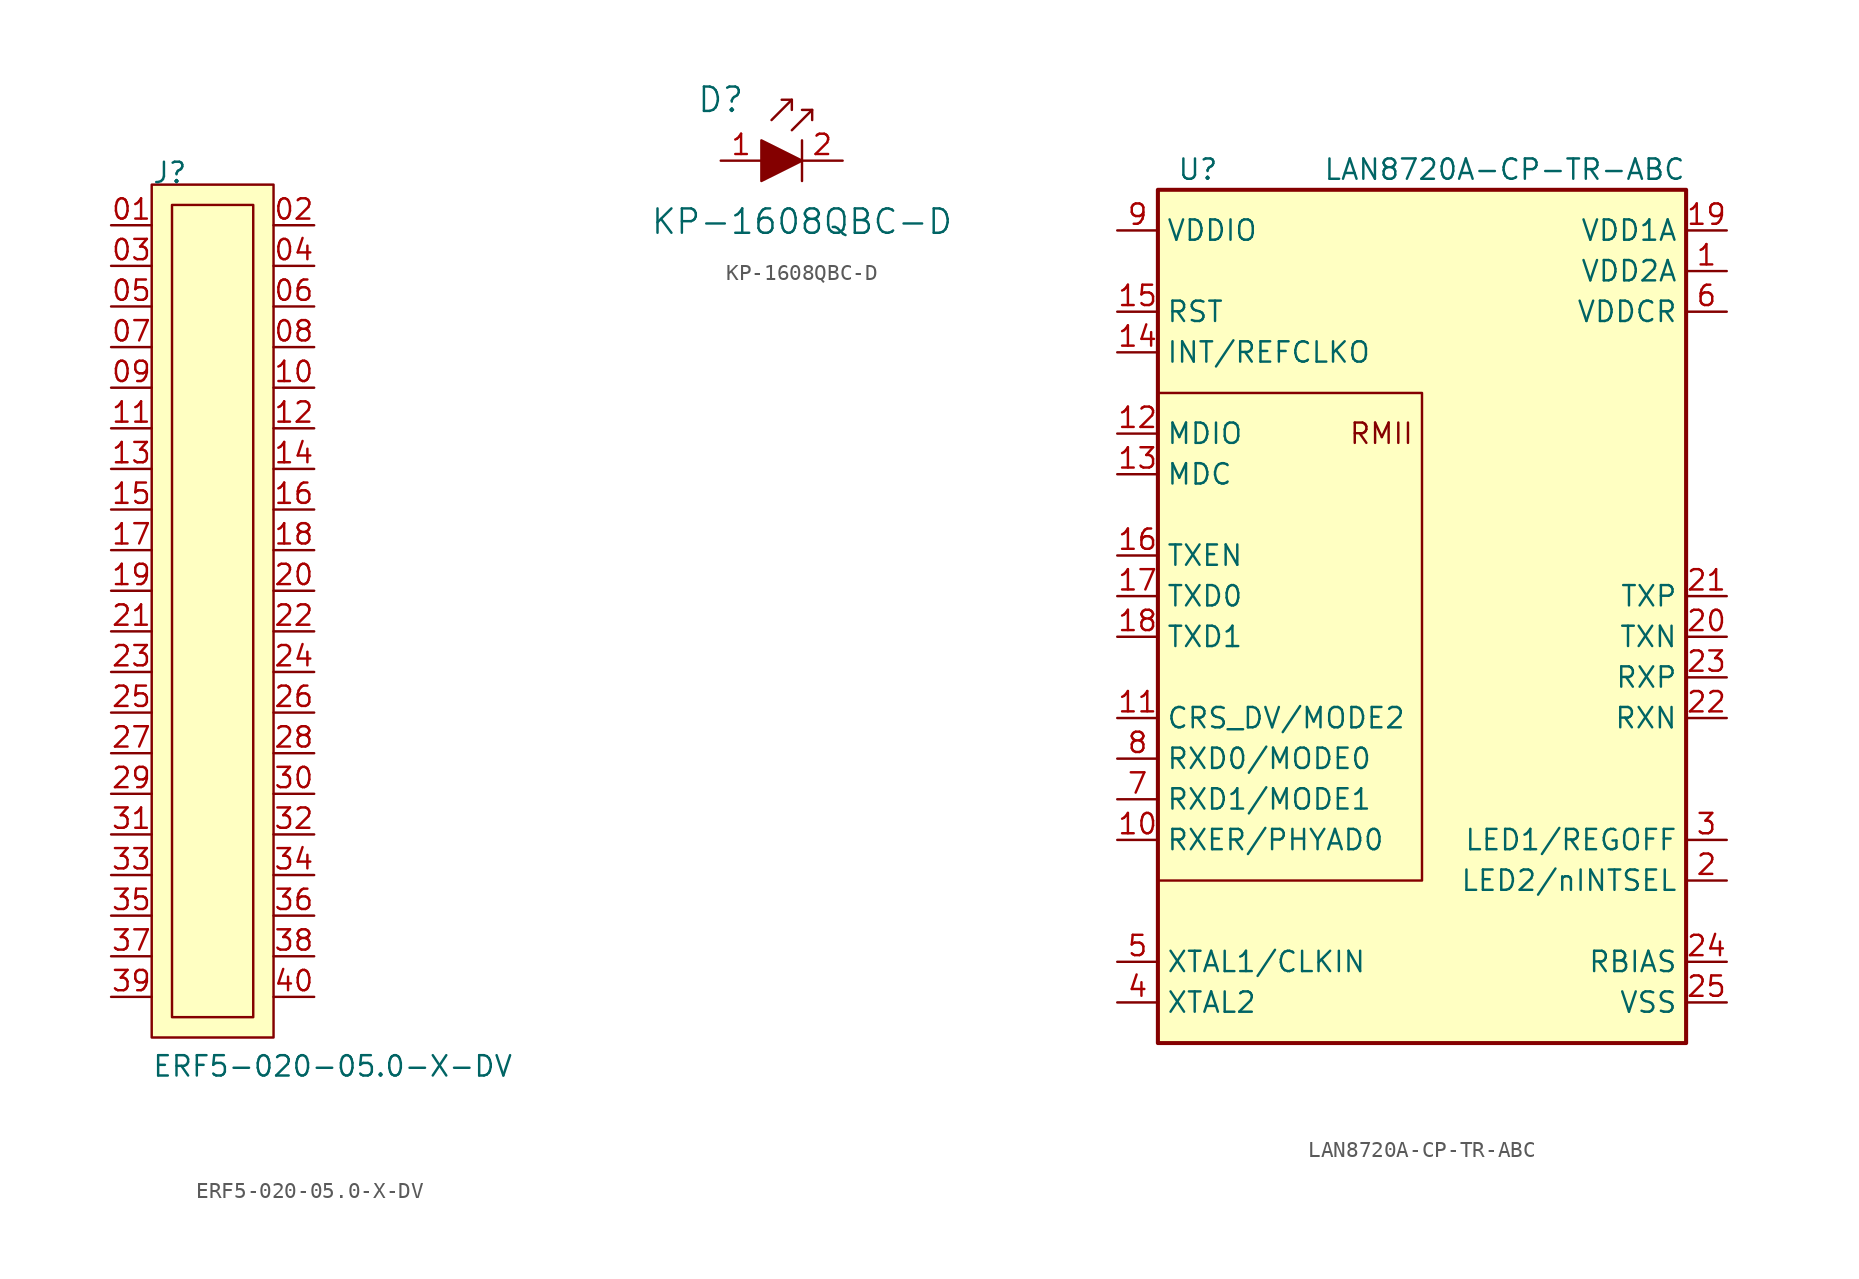
<source format=kicad_sym>
(kicad_symbol_lib
  (version 20211014)
  (generator kicad_symbol_editor)
  (symbol "ERF5-020-05.0-X-DV"
    (pin_names
      (offset 1.016))
    (property "Reference" "J"
      (at -3.81 26.67 0)
      (effects (font (size 1.27 1.27)) (justify left bottom)))
    (property "Value" "ERF5-020-05.0-X-DV"
      (at -3.81 -29.21 0)
      (effects (font (size 1.27 1.27)) (justify left bottom)))
    (symbol "ERF5-020-05.0-X-DV_1_1"
      (rectangle (start -3.81 26.67) (end 3.81 -26.67) (stroke (width 0) (type default) (color 0 0 0 0)) (fill (type background)))
      (rectangle (start -2.54 25.4) (end 2.54 -25.4) (stroke (width 0) (type default) (color 0 0 0 0)) (fill (type none)))
      (pin bidirectional line (at -6.35 24.13 0) (length 2.54) (name "~" (effects (font (size 1.27 1.27)))) (number "01" (effects (font (size 1.27 1.27)))))
      (pin bidirectional line (at 6.35 24.13 180) (length 2.54) (name "~" (effects (font (size 1.27 1.27)))) (number "02" (effects (font (size 1.27 1.27)))))
      (pin bidirectional line (at -6.35 21.59 0) (length 2.54) (name "~" (effects (font (size 1.27 1.27)))) (number "03" (effects (font (size 1.27 1.27)))))
      (pin bidirectional line (at 6.35 21.59 180) (length 2.54) (name "~" (effects (font (size 1.27 1.27)))) (number "04" (effects (font (size 1.27 1.27)))))
      (pin bidirectional line (at -6.35 19.05 0) (length 2.54) (name "~" (effects (font (size 1.27 1.27)))) (number "05" (effects (font (size 1.27 1.27)))))
      (pin bidirectional line (at 6.35 19.05 180) (length 2.54) (name "~" (effects (font (size 1.27 1.27)))) (number "06" (effects (font (size 1.27 1.27)))))
      (pin bidirectional line (at -6.35 16.51 0) (length 2.54) (name "~" (effects (font (size 1.27 1.27)))) (number "07" (effects (font (size 1.27 1.27)))))
      (pin bidirectional line (at 6.35 16.51 180) (length 2.54) (name "~" (effects (font (size 1.27 1.27)))) (number "08" (effects (font (size 1.27 1.27)))))
      (pin bidirectional line (at -6.35 13.97 0) (length 2.54) (name "~" (effects (font (size 1.27 1.27)))) (number "09" (effects (font (size 1.27 1.27)))))
      (pin bidirectional line (at 6.35 13.97 180) (length 2.54) (name "~" (effects (font (size 1.27 1.27)))) (number "10" (effects (font (size 1.27 1.27)))))
      (pin bidirectional line (at -6.35 11.43 0) (length 2.54) (name "~" (effects (font (size 1.27 1.27)))) (number "11" (effects (font (size 1.27 1.27)))))
      (pin bidirectional line (at 6.35 11.43 180) (length 2.54) (name "~" (effects (font (size 1.27 1.27)))) (number "12" (effects (font (size 1.27 1.27)))))
      (pin bidirectional line (at -6.35 8.89 0) (length 2.54) (name "~" (effects (font (size 1.27 1.27)))) (number "13" (effects (font (size 1.27 1.27)))))
      (pin bidirectional line (at 6.35 8.89 180) (length 2.54) (name "~" (effects (font (size 1.27 1.27)))) (number "14" (effects (font (size 1.27 1.27)))))
      (pin bidirectional line (at -6.35 6.35 0) (length 2.54) (name "~" (effects (font (size 1.27 1.27)))) (number "15" (effects (font (size 1.27 1.27)))))
      (pin bidirectional line (at 6.35 6.35 180) (length 2.54) (name "~" (effects (font (size 1.27 1.27)))) (number "16" (effects (font (size 1.27 1.27)))))
      (pin bidirectional line (at -6.35 3.81 0) (length 2.54) (name "~" (effects (font (size 1.27 1.27)))) (number "17" (effects (font (size 1.27 1.27)))))
      (pin bidirectional line (at 6.35 3.81 180) (length 2.54) (name "~" (effects (font (size 1.27 1.27)))) (number "18" (effects (font (size 1.27 1.27)))))
      (pin bidirectional line (at -6.35 1.27 0) (length 2.54) (name "~" (effects (font (size 1.27 1.27)))) (number "19" (effects (font (size 1.27 1.27)))))
      (pin bidirectional line (at 6.35 1.27 180) (length 2.54) (name "~" (effects (font (size 1.27 1.27)))) (number "20" (effects (font (size 1.27 1.27)))))
      (pin bidirectional line (at -6.35 -1.27 0) (length 2.54) (name "~" (effects (font (size 1.27 1.27)))) (number "21" (effects (font (size 1.27 1.27)))))
      (pin bidirectional line (at 6.35 -1.27 180) (length 2.54) (name "~" (effects (font (size 1.27 1.27)))) (number "22" (effects (font (size 1.27 1.27)))))
      (pin bidirectional line (at -6.35 -3.81 0) (length 2.54) (name "~" (effects (font (size 1.27 1.27)))) (number "23" (effects (font (size 1.27 1.27)))))
      (pin bidirectional line (at 6.35 -3.81 180) (length 2.54) (name "~" (effects (font (size 1.27 1.27)))) (number "24" (effects (font (size 1.27 1.27)))))
      (pin bidirectional line (at -6.35 -6.35 0) (length 2.54) (name "~" (effects (font (size 1.27 1.27)))) (number "25" (effects (font (size 1.27 1.27)))))
      (pin bidirectional line (at 6.35 -6.35 180) (length 2.54) (name "~" (effects (font (size 1.27 1.27)))) (number "26" (effects (font (size 1.27 1.27)))))
      (pin bidirectional line (at -6.35 -8.89 0) (length 2.54) (name "~" (effects (font (size 1.27 1.27)))) (number "27" (effects (font (size 1.27 1.27)))))
      (pin bidirectional line (at 6.35 -8.89 180) (length 2.54) (name "~" (effects (font (size 1.27 1.27)))) (number "28" (effects (font (size 1.27 1.27)))))
      (pin bidirectional line (at -6.35 -11.43 0) (length 2.54) (name "~" (effects (font (size 1.27 1.27)))) (number "29" (effects (font (size 1.27 1.27)))))
      (pin bidirectional line (at 6.35 -11.43 180) (length 2.54) (name "~" (effects (font (size 1.27 1.27)))) (number "30" (effects (font (size 1.27 1.27)))))
      (pin bidirectional line (at -6.35 -13.97 0) (length 2.54) (name "~" (effects (font (size 1.27 1.27)))) (number "31" (effects (font (size 1.27 1.27)))))
      (pin bidirectional line (at 6.35 -13.97 180) (length 2.54) (name "~" (effects (font (size 1.27 1.27)))) (number "32" (effects (font (size 1.27 1.27)))))
      (pin bidirectional line (at -6.35 -16.51 0) (length 2.54) (name "~" (effects (font (size 1.27 1.27)))) (number "33" (effects (font (size 1.27 1.27)))))
      (pin bidirectional line (at 6.35 -16.51 180) (length 2.54) (name "~" (effects (font (size 1.27 1.27)))) (number "34" (effects (font (size 1.27 1.27)))))
      (pin bidirectional line (at -6.35 -19.05 0) (length 2.54) (name "~" (effects (font (size 1.27 1.27)))) (number "35" (effects (font (size 1.27 1.27)))))
      (pin bidirectional line (at 6.35 -19.05 180) (length 2.54) (name "~" (effects (font (size 1.27 1.27)))) (number "36" (effects (font (size 1.27 1.27)))))
      (pin bidirectional line (at -6.35 -21.59 0) (length 2.54) (name "~" (effects (font (size 1.27 1.27)))) (number "37" (effects (font (size 1.27 1.27)))))
      (pin bidirectional line (at 6.35 -21.59 180) (length 2.54) (name "~" (effects (font (size 1.27 1.27)))) (number "38" (effects (font (size 1.27 1.27)))))
      (pin bidirectional line (at -6.35 -24.13 0) (length 2.54) (name "~" (effects (font (size 1.27 1.27)))) (number "39" (effects (font (size 1.27 1.27)))))
      (pin bidirectional line (at 6.35 -24.13 180) (length 2.54) (name "~" (effects (font (size 1.27 1.27)))) (number "40" (effects (font (size 1.27 1.27)))))))
  (symbol "KP-1608QBC-D"
    (pin_names
      (offset 0))
    (property "Reference" "D"
      (at -5.08 3.81 0)
      (effects (font (size 1.524 1.524))))
    (property "Value" "KP-1608QBC-D"
      (at 0 -3.81 0)
      (effects (font (size 1.524 1.524))))
    (symbol "KP-1608QBC-D_0_1"
      (polyline (pts (xy -0.635 3.81) (xy -1.905 2.54)) (stroke (width 0) (type default) (color 0 0 0 0)) (fill (type none)))
      (polyline (pts (xy 0 1.27) (xy 0 -1.27)) (stroke (width 0) (type default) (color 0 0 0 0)) (fill (type none)))
      (polyline (pts (xy 0.635 3.175) (xy -0.635 1.905)) (stroke (width 0) (type default) (color 0 0 0 0)) (fill (type none)))
      (polyline (pts (xy -1.27 3.81) (xy -0.635 3.81) (xy -0.635 3.175)) (stroke (width 0) (type default) (color 0 0 0 0)) (fill (type none)))
      (polyline (pts (xy 0 3.175) (xy 0.635 3.175) (xy 0.635 2.54)) (stroke (width 0) (type default) (color 0 0 0 0)) (fill (type none)))
      (polyline (pts (xy -2.54 1.27) (xy -2.54 -1.27) (xy 0 0) (xy -2.54 1.27)) (stroke (width 0) (type default) (color 0 0 0 0)) (fill (type outline))))
    (symbol "KP-1608QBC-D_1_1"
      (pin passive line (at -5.08 0 0) (length 2.54) (name "~" (effects (font (size 1.27 1.27)))) (number "1" (effects (font (size 1.27 1.27)))))
      (pin passive line (at 2.54 0 180) (length 2.54) (name "~" (effects (font (size 1.27 1.27)))) (number "2" (effects (font (size 1.27 1.27)))))))
  (symbol "LAN8720A-CP-TR-ABC"
    (property "Reference" "U"
      (at -13.97 29.21 0)
      (effects (font (size 1.27 1.27)) (justify right)))
    (property "Value" "LAN8720A-CP-TR-ABC"
      (at 15.24 29.21 0)
      (effects (font (size 1.27 1.27)) (justify right)))
    (symbol "LAN8720A-CP-TR-ABC_0_0"
      (text "RMII" (at -3.81 12.7 0) (effects (font (size 1.27 1.27)))))
    (symbol "LAN8720A-CP-TR-ABC_0_1"
      (rectangle (start -17.78 27.94) (end 15.24 -25.4) (stroke (width 0.254) (type default) (color 0 0 0 0)) (fill (type background)))
      (polyline (pts (xy -17.78 -15.24) (xy -1.27 -15.24) (xy -1.27 15.24) (xy -17.78 15.24)) (stroke (width 0) (type default) (color 0 0 0 0)) (fill (type none))))
    (symbol "LAN8720A-CP-TR-ABC_1_1"
      (pin power_in line (at 17.78 22.86 180) (length 2.54) (name "VDD2A" (effects (font (size 1.27 1.27)))) (number "1" (effects (font (size 1.27 1.27)))))
      (pin output line (at -20.32 -12.7 0) (length 2.54) (name "RXER/PHYAD0" (effects (font (size 1.27 1.27)))) (number "10" (effects (font (size 1.27 1.27)))))
      (pin output line (at -20.32 -5.08 0) (length 2.54) (name "CRS_DV/MODE2" (effects (font (size 1.27 1.27)))) (number "11" (effects (font (size 1.27 1.27)))))
      (pin bidirectional line (at -20.32 12.7 0) (length 2.54) (name "MDIO" (effects (font (size 1.27 1.27)))) (number "12" (effects (font (size 1.27 1.27)))))
      (pin input line (at -20.32 10.16 0) (length 2.54) (name "MDC" (effects (font (size 1.27 1.27)))) (number "13" (effects (font (size 1.27 1.27)))))
      (pin output line (at -20.32 17.78 0) (length 2.54) (name "INT/REFCLKO" (effects (font (size 1.27 1.27)))) (number "14" (effects (font (size 1.27 1.27)))))
      (pin input line (at -20.32 20.32 0) (length 2.54) (name "RST" (effects (font (size 1.27 1.27)))) (number "15" (effects (font (size 1.27 1.27)))))
      (pin input line (at -20.32 5.08 0) (length 2.54) (name "TXEN" (effects (font (size 1.27 1.27)))) (number "16" (effects (font (size 1.27 1.27)))))
      (pin input line (at -20.32 2.54 0) (length 2.54) (name "TXD0" (effects (font (size 1.27 1.27)))) (number "17" (effects (font (size 1.27 1.27)))))
      (pin input line (at -20.32 0 0) (length 2.54) (name "TXD1" (effects (font (size 1.27 1.27)))) (number "18" (effects (font (size 1.27 1.27)))))
      (pin power_in line (at 17.78 25.4 180) (length 2.54) (name "VDD1A" (effects (font (size 1.27 1.27)))) (number "19" (effects (font (size 1.27 1.27)))))
      (pin bidirectional line (at 17.78 -15.24 180) (length 2.54) (name "LED2/nINTSEL" (effects (font (size 1.27 1.27)))) (number "2" (effects (font (size 1.27 1.27)))))
      (pin output line (at 17.78 0 180) (length 2.54) (name "TXN" (effects (font (size 1.27 1.27)))) (number "20" (effects (font (size 1.27 1.27)))))
      (pin output line (at 17.78 2.54 180) (length 2.54) (name "TXP" (effects (font (size 1.27 1.27)))) (number "21" (effects (font (size 1.27 1.27)))))
      (pin output line (at 17.78 -5.08 180) (length 2.54) (name "RXN" (effects (font (size 1.27 1.27)))) (number "22" (effects (font (size 1.27 1.27)))))
      (pin output line (at 17.78 -2.54 180) (length 2.54) (name "RXP" (effects (font (size 1.27 1.27)))) (number "23" (effects (font (size 1.27 1.27)))))
      (pin input line (at 17.78 -20.32 180) (length 2.54) (name "RBIAS" (effects (font (size 1.27 1.27)))) (number "24" (effects (font (size 1.27 1.27)))))
      (pin power_in line (at 17.78 -22.86 180) (length 2.54) (name "VSS" (effects (font (size 1.27 1.27)))) (number "25" (effects (font (size 1.27 1.27)))))
      (pin bidirectional line (at 17.78 -12.7 180) (length 2.54) (name "LED1/REGOFF" (effects (font (size 1.27 1.27)))) (number "3" (effects (font (size 1.27 1.27)))))
      (pin passive line (at -20.32 -22.86 0) (length 2.54) (name "XTAL2" (effects (font (size 1.27 1.27)))) (number "4" (effects (font (size 1.27 1.27)))))
      (pin passive line (at -20.32 -20.32 0) (length 2.54) (name "XTAL1/CLKIN" (effects (font (size 1.27 1.27)))) (number "5" (effects (font (size 1.27 1.27)))))
      (pin power_in line (at 17.78 20.32 180) (length 2.54) (name "VDDCR" (effects (font (size 1.27 1.27)))) (number "6" (effects (font (size 1.27 1.27)))))
      (pin output line (at -20.32 -10.16 0) (length 2.54) (name "RXD1/MODE1" (effects (font (size 1.27 1.27)))) (number "7" (effects (font (size 1.27 1.27)))))
      (pin output line (at -20.32 -7.62 0) (length 2.54) (name "RXD0/MODE0" (effects (font (size 1.27 1.27)))) (number "8" (effects (font (size 1.27 1.27)))))
      (pin power_in line (at -20.32 25.4 0) (length 2.54) (name "VDDIO" (effects (font (size 1.27 1.27)))) (number "9" (effects (font (size 1.27 1.27))))))))
</source>
